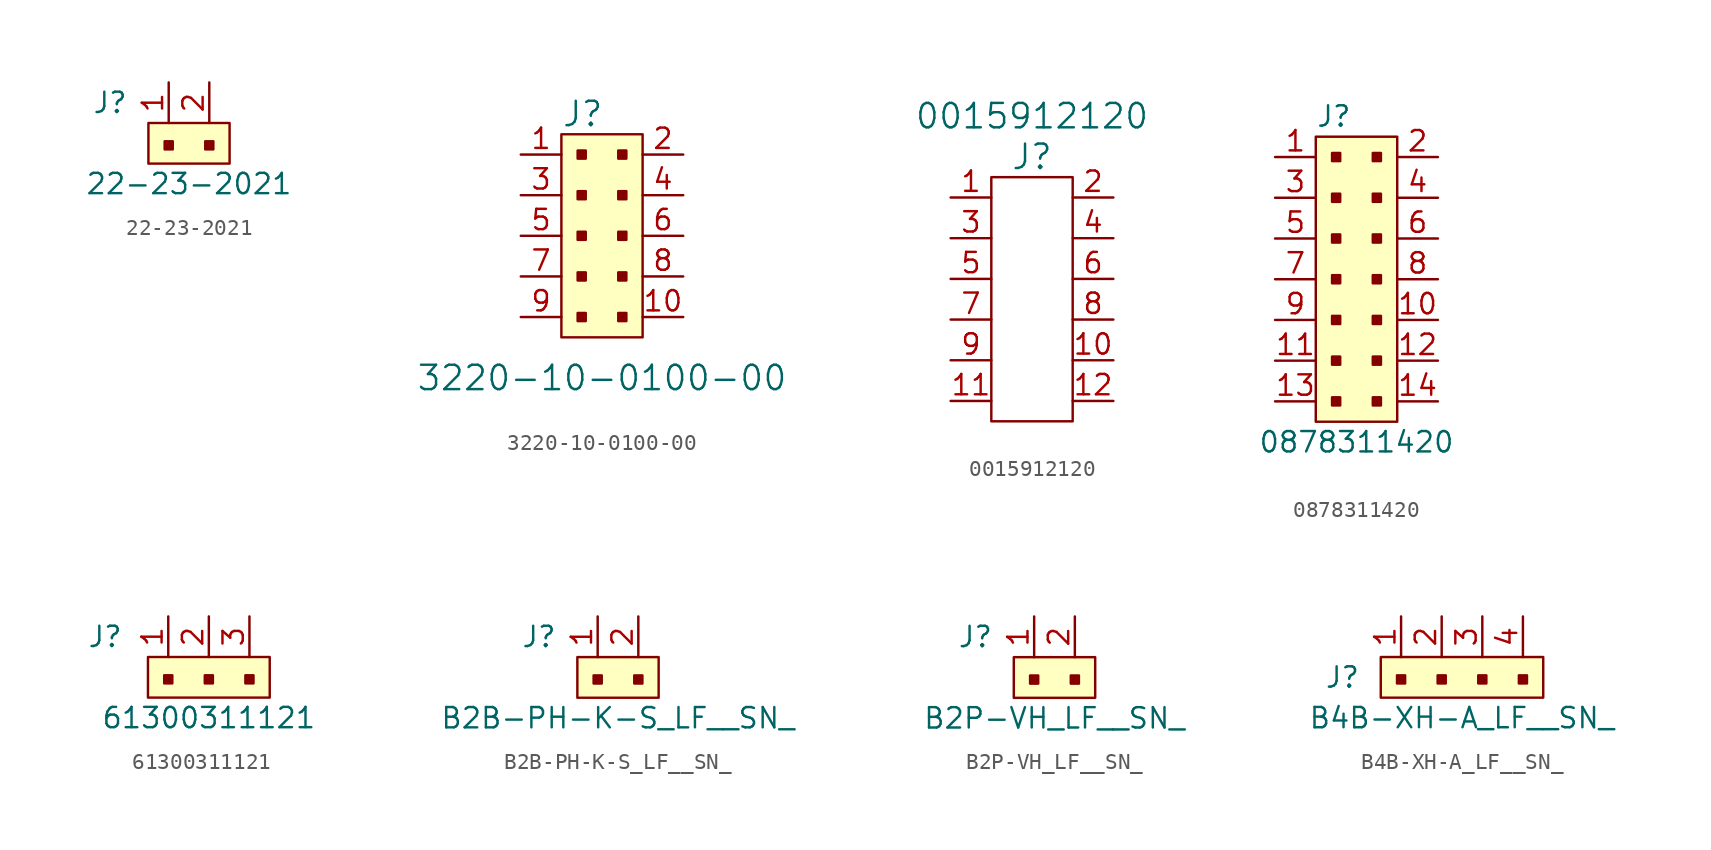
<source format=kicad_sym>
(kicad_symbol_lib
  (version 20240819)
  (generator "kicad_symbol_editor")
  (generator_version "8.99")
  (symbol "22-23-2021"
    (pin_names
      (offset 1.016))
    (property "Reference" "J"
      (at -2.54 1.27 0)
      (effects (font (size 1.27 1.27)) (justify right)))
    (property "Value" "22-23-2021"
      (at 1.27 -3.81 0)
      (effects (font (size 1.27 1.27))))
    (symbol "22-23-2021_1_1"
      (rectangle (start -1.27 0) (end 3.81 -2.54) (stroke (width 0) (type solid)) (fill (type background)))
      (rectangle (start -0.254 -1.143) (end 0.254 -1.651) (stroke (width 0) (type solid)) (fill (type outline)))
      (rectangle (start 2.286 -1.143) (end 2.794 -1.651) (stroke (width 0) (type solid)) (fill (type outline)))
      (pin passive line (at 0 2.54 270) (length 2.54) (name "~" (effects (font (size 1.27 1.27)))) (number "1" (effects (font (size 1.27 1.27)))))
      (pin passive line (at 2.54 2.54 270) (length 2.54) (name "~" (effects (font (size 1.27 1.27)))) (number "2" (effects (font (size 1.27 1.27)))))))
  (symbol "3220-10-0100-00"
    (pin_names
      (offset 1.016))
    (property "Reference" "J"
      (at -2.54 7.62 0)
      (effects (font (size 1.524 1.524)) (justify left)))
    (property "Value" "3220-10-0100-00"
      (at 0 -8.89 0)
      (effects (font (size 1.524 1.524))))
    (symbol "3220-10-0100-00_0_1"
      (rectangle (start -2.54 6.35) (end 2.54 -6.35) (stroke (width 0) (type solid)) (fill (type background)))
      (rectangle (start -1.524 5.334) (end -1.016 4.826) (stroke (width 0) (type solid)) (fill (type outline)))
      (rectangle (start -1.524 2.794) (end -1.016 2.286) (stroke (width 0) (type solid)) (fill (type outline)))
      (rectangle (start -1.524 0.254) (end -1.016 -0.254) (stroke (width 0) (type solid)) (fill (type outline)))
      (rectangle (start -1.524 -2.286) (end -1.016 -2.794) (stroke (width 0) (type solid)) (fill (type outline)))
      (rectangle (start -1.524 -4.826) (end -1.016 -5.334) (stroke (width 0) (type solid)) (fill (type outline)))
      (rectangle (start 1.016 5.334) (end 1.524 4.826) (stroke (width 0) (type solid)) (fill (type outline)))
      (rectangle (start 1.016 2.794) (end 1.524 2.286) (stroke (width 0) (type solid)) (fill (type outline)))
      (rectangle (start 1.016 0.254) (end 1.524 -0.254) (stroke (width 0) (type solid)) (fill (type outline)))
      (rectangle (start 1.016 -2.286) (end 1.524 -2.794) (stroke (width 0) (type solid)) (fill (type outline)))
      (rectangle (start 1.016 -4.826) (end 1.524 -5.334) (stroke (width 0) (type solid)) (fill (type outline))))
    (symbol "3220-10-0100-00_1_1"
      (pin passive line (at -5.08 5.08 0) (length 2.54) (name "~" (effects (font (size 1.27 1.27)))) (number "1" (effects (font (size 1.27 1.27)))))
      (pin passive line (at -5.08 2.54 0) (length 2.54) (name "~" (effects (font (size 1.27 1.27)))) (number "3" (effects (font (size 1.27 1.27)))))
      (pin passive line (at -5.08 0 0) (length 2.54) (name "~" (effects (font (size 1.27 1.27)))) (number "5" (effects (font (size 1.27 1.27)))))
      (pin passive line (at -5.08 -2.54 0) (length 2.54) (name "~" (effects (font (size 1.27 1.27)))) (number "7" (effects (font (size 1.27 1.27)))))
      (pin passive line (at -5.08 -5.08 0) (length 2.54) (name "~" (effects (font (size 1.27 1.27)))) (number "9" (effects (font (size 1.27 1.27)))))
      (pin passive line (at 5.08 5.08 180) (length 2.54) (name "~" (effects (font (size 1.27 1.27)))) (number "2" (effects (font (size 1.27 1.27)))))
      (pin passive line (at 5.08 2.54 180) (length 2.54) (name "~" (effects (font (size 1.27 1.27)))) (number "4" (effects (font (size 1.27 1.27)))))
      (pin passive line (at 5.08 0 180) (length 2.54) (name "~" (effects (font (size 1.27 1.27)))) (number "6" (effects (font (size 1.27 1.27)))))
      (pin passive line (at 5.08 -2.54 180) (length 2.54) (name "~" (effects (font (size 1.27 1.27)))) (number "8" (effects (font (size 1.27 1.27)))))
      (pin passive line (at 5.08 -5.08 180) (length 2.54) (name "~" (effects (font (size 1.27 1.27)))) (number "10" (effects (font (size 1.27 1.27)))))))
  (symbol "0015912120"
    (pin_names
      (offset 1.016))
    (property "Reference" "J"
      (at 0 7.62 0)
      (effects (font (size 1.524 1.524))))
    (property "Value" "0015912120"
      (at 0 10.16 0)
      (effects (font (size 1.524 1.524))))
    (symbol "0015912120_0_1"
      (rectangle (start -2.54 6.35) (end 2.54 -8.89) (stroke (width 0) (type solid)) (fill (type none))))
    (symbol "0015912120_1_1"
      (pin passive line (at -5.08 5.08 0) (length 2.54) (name "~" (effects (font (size 1.27 1.27)))) (number "1" (effects (font (size 1.27 1.27)))))
      (pin passive line (at -5.08 2.54 0) (length 2.54) (name "~" (effects (font (size 1.27 1.27)))) (number "3" (effects (font (size 1.27 1.27)))))
      (pin passive line (at -5.08 0 0) (length 2.54) (name "~" (effects (font (size 1.27 1.27)))) (number "5" (effects (font (size 1.27 1.27)))))
      (pin passive line (at -5.08 -2.54 0) (length 2.54) (name "~" (effects (font (size 1.27 1.27)))) (number "7" (effects (font (size 1.27 1.27)))))
      (pin passive line (at -5.08 -5.08 0) (length 2.54) (name "~" (effects (font (size 1.27 1.27)))) (number "9" (effects (font (size 1.27 1.27)))))
      (pin passive line (at -5.08 -7.62 0) (length 2.54) (name "~" (effects (font (size 1.27 1.27)))) (number "11" (effects (font (size 1.27 1.27)))))
      (pin passive line (at 5.08 5.08 180) (length 2.54) (name "~" (effects (font (size 1.27 1.27)))) (number "2" (effects (font (size 1.27 1.27)))))
      (pin passive line (at 5.08 2.54 180) (length 2.54) (name "~" (effects (font (size 1.27 1.27)))) (number "4" (effects (font (size 1.27 1.27)))))
      (pin passive line (at 5.08 0 180) (length 2.54) (name "~" (effects (font (size 1.27 1.27)))) (number "6" (effects (font (size 1.27 1.27)))))
      (pin passive line (at 5.08 -2.54 180) (length 2.54) (name "~" (effects (font (size 1.27 1.27)))) (number "8" (effects (font (size 1.27 1.27)))))
      (pin passive line (at 5.08 -5.08 180) (length 2.54) (name "~" (effects (font (size 1.27 1.27)))) (number "10" (effects (font (size 1.27 1.27)))))
      (pin passive line (at 5.08 -7.62 180) (length 2.54) (name "~" (effects (font (size 1.27 1.27)))) (number "12" (effects (font (size 1.27 1.27)))))))
  (symbol "0878311420"
    (pin_names
      (offset 1.016))
    (property "Reference" "J"
      (at -2.54 10.16 0)
      (effects (font (size 1.27 1.27)) (justify left)))
    (property "Value" "0878311420"
      (at 0 -10.16 0)
      (effects (font (size 1.27 1.27))))
    (symbol "0878311420_1_1"
      (rectangle (start -2.54 8.89) (end 2.54 -8.89) (stroke (width 0) (type solid)) (fill (type background)))
      (rectangle (start -1.524 7.874) (end -1.016 7.366) (stroke (width 0) (type solid)) (fill (type outline)))
      (rectangle (start -1.524 5.334) (end -1.016 4.826) (stroke (width 0) (type solid)) (fill (type outline)))
      (rectangle (start -1.524 2.794) (end -1.016 2.286) (stroke (width 0) (type solid)) (fill (type outline)))
      (rectangle (start -1.524 0.254) (end -1.016 -0.254) (stroke (width 0) (type solid)) (fill (type outline)))
      (rectangle (start -1.524 -2.286) (end -1.016 -2.794) (stroke (width 0) (type solid)) (fill (type outline)))
      (rectangle (start -1.524 -4.826) (end -1.016 -5.334) (stroke (width 0) (type solid)) (fill (type outline)))
      (rectangle (start -1.524 -7.366) (end -1.016 -7.874) (stroke (width 0) (type solid)) (fill (type outline)))
      (rectangle (start 1.016 7.874) (end 1.524 7.366) (stroke (width 0) (type solid)) (fill (type outline)))
      (rectangle (start 1.016 5.334) (end 1.524 4.826) (stroke (width 0) (type solid)) (fill (type outline)))
      (rectangle (start 1.016 2.794) (end 1.524 2.286) (stroke (width 0) (type solid)) (fill (type outline)))
      (rectangle (start 1.016 0.254) (end 1.524 -0.254) (stroke (width 0) (type solid)) (fill (type outline)))
      (rectangle (start 1.016 -2.286) (end 1.524 -2.794) (stroke (width 0) (type solid)) (fill (type outline)))
      (rectangle (start 1.016 -4.826) (end 1.524 -5.334) (stroke (width 0) (type solid)) (fill (type outline)))
      (rectangle (start 1.016 -7.366) (end 1.524 -7.874) (stroke (width 0) (type solid)) (fill (type outline)))
      (pin passive line (at -5.08 7.62 0) (length 2.54) (name "~" (effects (font (size 1.27 1.27)))) (number "1" (effects (font (size 1.27 1.27)))))
      (pin passive line (at -5.08 5.08 0) (length 2.54) (name "~" (effects (font (size 1.27 1.27)))) (number "3" (effects (font (size 1.27 1.27)))))
      (pin passive line (at -5.08 2.54 0) (length 2.54) (name "~" (effects (font (size 1.27 1.27)))) (number "5" (effects (font (size 1.27 1.27)))))
      (pin passive line (at -5.08 0 0) (length 2.54) (name "~" (effects (font (size 1.27 1.27)))) (number "7" (effects (font (size 1.27 1.27)))))
      (pin passive line (at -5.08 -2.54 0) (length 2.54) (name "~" (effects (font (size 1.27 1.27)))) (number "9" (effects (font (size 1.27 1.27)))))
      (pin passive line (at -5.08 -5.08 0) (length 2.54) (name "~" (effects (font (size 1.27 1.27)))) (number "11" (effects (font (size 1.27 1.27)))))
      (pin passive line (at -5.08 -7.62 0) (length 2.54) (name "~" (effects (font (size 1.27 1.27)))) (number "13" (effects (font (size 1.27 1.27)))))
      (pin passive line (at 5.08 7.62 180) (length 2.54) (name "~" (effects (font (size 1.27 1.27)))) (number "2" (effects (font (size 1.27 1.27)))))
      (pin passive line (at 5.08 5.08 180) (length 2.54) (name "~" (effects (font (size 1.27 1.27)))) (number "4" (effects (font (size 1.27 1.27)))))
      (pin passive line (at 5.08 2.54 180) (length 2.54) (name "~" (effects (font (size 1.27 1.27)))) (number "6" (effects (font (size 1.27 1.27)))))
      (pin passive line (at 5.08 0 180) (length 2.54) (name "~" (effects (font (size 1.27 1.27)))) (number "8" (effects (font (size 1.27 1.27)))))
      (pin passive line (at 5.08 -2.54 180) (length 2.54) (name "~" (effects (font (size 1.27 1.27)))) (number "10" (effects (font (size 1.27 1.27)))))
      (pin passive line (at 5.08 -5.08 180) (length 2.54) (name "~" (effects (font (size 1.27 1.27)))) (number "12" (effects (font (size 1.27 1.27)))))
      (pin passive line (at 5.08 -7.62 180) (length 2.54) (name "~" (effects (font (size 1.27 1.27)))) (number "14" (effects (font (size 1.27 1.27)))))))
  (symbol "61300311121"
    (pin_names
      (offset 1.016))
    (property "Reference" "J"
      (at -5.08 2.54 0)
      (effects (font (size 1.27 1.27)) (justify left)))
    (property "Value" "61300311121"
      (at 2.54 -2.54 0)
      (effects (font (size 1.27 1.27))))
    (symbol "61300311121_1_1"
      (rectangle (start -1.27 1.27) (end 6.35 -1.27) (stroke (width 0) (type solid)) (fill (type background)))
      (rectangle (start -0.254 0.127) (end 0.254 -0.381) (stroke (width 0) (type solid)) (fill (type outline)))
      (rectangle (start 2.286 0.127) (end 2.794 -0.381) (stroke (width 0) (type solid)) (fill (type outline)))
      (rectangle (start 4.826 0.127) (end 5.334 -0.381) (stroke (width 0) (type solid)) (fill (type outline)))
      (pin passive line (at 0 3.81 270) (length 2.54) (name "~" (effects (font (size 1.27 1.27)))) (number "1" (effects (font (size 1.27 1.27)))))
      (pin passive line (at 2.54 3.81 270) (length 2.54) (name "~" (effects (font (size 1.27 1.27)))) (number "2" (effects (font (size 1.27 1.27)))))
      (pin passive line (at 5.08 3.81 270) (length 2.54) (name "~" (effects (font (size 1.27 1.27)))) (number "3" (effects (font (size 1.27 1.27)))))))
  (symbol "B2B-PH-K-S_LF__SN_"
    (pin_names
      (offset 1.016))
    (property "Reference" "J"
      (at -2.54 1.27 0)
      (effects (font (size 1.27 1.27)) (justify right)))
    (property "Value" "B2B-PH-K-S_LF__SN_"
      (at 1.27 -3.81 0)
      (effects (font (size 1.27 1.27))))
    (symbol "B2B-PH-K-S_LF__SN__1_1"
      (rectangle (start -1.27 0) (end 3.81 -2.54) (stroke (width 0) (type solid)) (fill (type background)))
      (rectangle (start -0.254 -1.143) (end 0.254 -1.651) (stroke (width 0) (type solid)) (fill (type outline)))
      (rectangle (start 2.286 -1.143) (end 2.794 -1.651) (stroke (width 0) (type solid)) (fill (type outline)))
      (pin passive line (at 0 2.54 270) (length 2.54) (name "~" (effects (font (size 1.27 1.27)))) (number "1" (effects (font (size 1.27 1.27)))))
      (pin passive line (at 2.54 2.54 270) (length 2.54) (name "~" (effects (font (size 1.27 1.27)))) (number "2" (effects (font (size 1.27 1.27)))))))
  (symbol "B2P-VH_LF__SN_"
    (pin_names
      (offset 1.016))
    (property "Reference" "J"
      (at -2.54 1.27 0)
      (effects (font (size 1.27 1.27)) (justify right)))
    (property "Value" "B2P-VH_LF__SN_"
      (at 1.27 -3.81 0)
      (effects (font (size 1.27 1.27))))
    (symbol "B2P-VH_LF__SN__0_1"
      (rectangle (start -1.27 0) (end 3.81 -2.54) (stroke (width 0) (type solid)) (fill (type background)))
      (rectangle (start -0.254 -1.143) (end 0.254 -1.651) (stroke (width 0) (type solid)) (fill (type outline)))
      (rectangle (start 2.286 -1.143) (end 2.794 -1.651) (stroke (width 0) (type solid)) (fill (type outline))))
    (symbol "B2P-VH_LF__SN__1_1"
      (pin passive line (at 0 2.54 270) (length 2.54) (name "~" (effects (font (size 1.27 1.27)))) (number "1" (effects (font (size 1.27 1.27)))))
      (pin passive line (at 2.54 2.54 270) (length 2.54) (name "~" (effects (font (size 1.27 1.27)))) (number "2" (effects (font (size 1.27 1.27)))))))
  (symbol "B4B-XH-A_LF__SN_"
    (pin_names
      (offset 1.016))
    (property "Reference" "J"
      (at -2.54 -1.27 0)
      (effects (font (size 1.27 1.27)) (justify right)))
    (property "Value" "B4B-XH-A_LF__SN_"
      (at 3.81 -3.81 0)
      (effects (font (size 1.27 1.27))))
    (symbol "B4B-XH-A_LF__SN__1_1"
      (rectangle (start -1.27 0) (end 8.89 -2.54) (stroke (width 0) (type solid)) (fill (type background)))
      (rectangle (start -0.254 -1.143) (end 0.254 -1.651) (stroke (width 0) (type solid)) (fill (type outline)))
      (rectangle (start 2.286 -1.143) (end 2.794 -1.651) (stroke (width 0) (type solid)) (fill (type outline)))
      (rectangle (start 4.826 -1.143) (end 5.334 -1.651) (stroke (width 0) (type solid)) (fill (type outline)))
      (rectangle (start 7.366 -1.143) (end 7.874 -1.651) (stroke (width 0) (type solid)) (fill (type outline)))
      (pin passive line (at 0 2.54 270) (length 2.54) (name "~" (effects (font (size 1.27 1.27)))) (number "1" (effects (font (size 1.27 1.27)))))
      (pin passive line (at 2.54 2.54 270) (length 2.54) (name "~" (effects (font (size 1.27 1.27)))) (number "2" (effects (font (size 1.27 1.27)))))
      (pin passive line (at 5.08 2.54 270) (length 2.54) (name "~" (effects (font (size 1.27 1.27)))) (number "3" (effects (font (size 1.27 1.27)))))
      (pin passive line (at 7.62 2.54 270) (length 2.54) (name "~" (effects (font (size 1.27 1.27)))) (number "4" (effects (font (size 1.27 1.27))))))))
</source>
